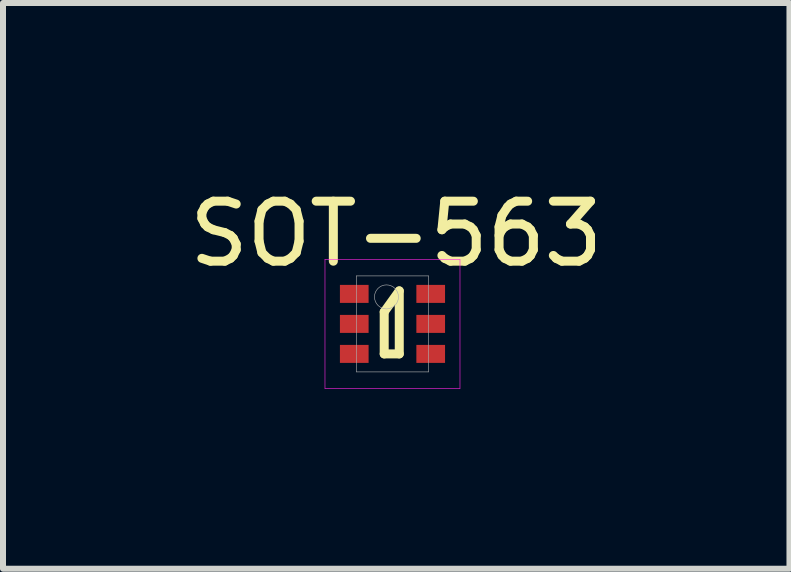
<source format=kicad_pcb>
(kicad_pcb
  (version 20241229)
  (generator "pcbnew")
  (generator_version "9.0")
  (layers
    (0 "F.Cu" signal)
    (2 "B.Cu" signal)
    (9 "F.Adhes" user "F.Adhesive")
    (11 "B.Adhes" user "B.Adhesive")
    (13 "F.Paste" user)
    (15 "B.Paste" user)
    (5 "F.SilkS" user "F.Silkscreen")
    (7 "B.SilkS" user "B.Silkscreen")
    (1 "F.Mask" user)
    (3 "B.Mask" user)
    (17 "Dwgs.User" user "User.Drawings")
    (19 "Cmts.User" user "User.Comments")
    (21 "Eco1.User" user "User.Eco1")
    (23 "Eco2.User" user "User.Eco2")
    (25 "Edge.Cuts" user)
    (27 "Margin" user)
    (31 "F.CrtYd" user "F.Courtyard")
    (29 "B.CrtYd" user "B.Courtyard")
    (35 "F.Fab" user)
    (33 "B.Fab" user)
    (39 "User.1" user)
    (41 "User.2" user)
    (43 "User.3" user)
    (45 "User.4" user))
  (footprint "SOT-563"
    (layer "F.Cu")
    (at 3.491 2.348)
    (property "Reference" "SOT-563" (at 0.062 -1.5 0) (layer "F.SilkS") (effects (font (size 1 1) (thickness 0.15))))
    (attr through_hole)
    (fp_line (start -0.138 -0.2) (end 0.113 -0.55) (stroke (width 0.15) (type solid)) (layer "F.SilkS"))
    (fp_line (start -0.138 0.5) (end -0.138 -0.2) (stroke (width 0.15) (type solid)) (layer "F.SilkS"))
    (fp_line (start 0.113 -0.55) (end 0.113 0.5) (stroke (width 0.15) (type solid)) (layer "F.SilkS"))
    (fp_line (start 0.113 0.5) (end -0.138 0.5) (stroke (width 0.15) (type solid)) (layer "F.SilkS"))
    (fp_line (start -1.125 -1.075) (end -1.125 1.075) (stroke (width 0.01) (type solid)) (layer "F.CrtYd"))
    (fp_line (start -1.125 -1.075) (end 1.125 -1.075) (stroke (width 0.01) (type solid)) (layer "F.CrtYd"))
    (fp_line (start 1.125 -1.075) (end 1.125 1.075) (stroke (width 0.01) (type solid)) (layer "F.CrtYd"))
    (fp_line (start 1.125 1.075) (end -1.125 1.075) (stroke (width 0.01) (type solid)) (layer "F.CrtYd"))
    (fp_line (start -0.6 -0.8) (end 0.6 -0.8) (stroke (width 0.01) (type solid)) (layer "F.Fab"))
    (fp_line (start -0.6 0.8) (end -0.6 -0.8) (stroke (width 0.01) (type solid)) (layer "F.Fab"))
    (fp_line (start 0.6 -0.8) (end 0.6 0.8) (stroke (width 0.01) (type solid)) (layer "F.Fab"))
    (fp_line (start 0.6 0.8) (end -0.6 0.8) (stroke (width 0.01) (type solid)) (layer "F.Fab"))
    (fp_circle (center -0.1 -0.45) (end 0.1 -0.45) (stroke (width 0.01) (type solid)) (fill no) (layer "F.Fab"))
    (pad "1" smd rect (at -0.637 -0.5) (size 0.478 0.3) (layers "F.Cu" "F.Mask" "F.Paste"))
    (pad "2" smd rect (at -0.637 0) (size 0.478 0.3) (layers "F.Cu" "F.Mask" "F.Paste"))
    (pad "3" smd rect (at -0.637 0.5) (size 0.478 0.3) (layers "F.Cu" "F.Mask" "F.Paste"))
    (pad "4" smd rect (at 0.637 0.5) (size 0.478 0.3) (layers "F.Cu" "F.Mask" "F.Paste"))
    (pad "5" smd rect (at 0.637 0) (size 0.478 0.3) (layers "F.Cu" "F.Mask" "F.Paste"))
    (pad "6" smd rect (at 0.637 -0.5) (size 0.478 0.3) (layers "F.Cu" "F.Mask" "F.Paste")))
  (gr_rect
    (start -3 -3)
    (end 10.107 6.428)
    (stroke (width 0.1) (type default))
    (fill no)
    (layer "Edge.Cuts")))
</source>
